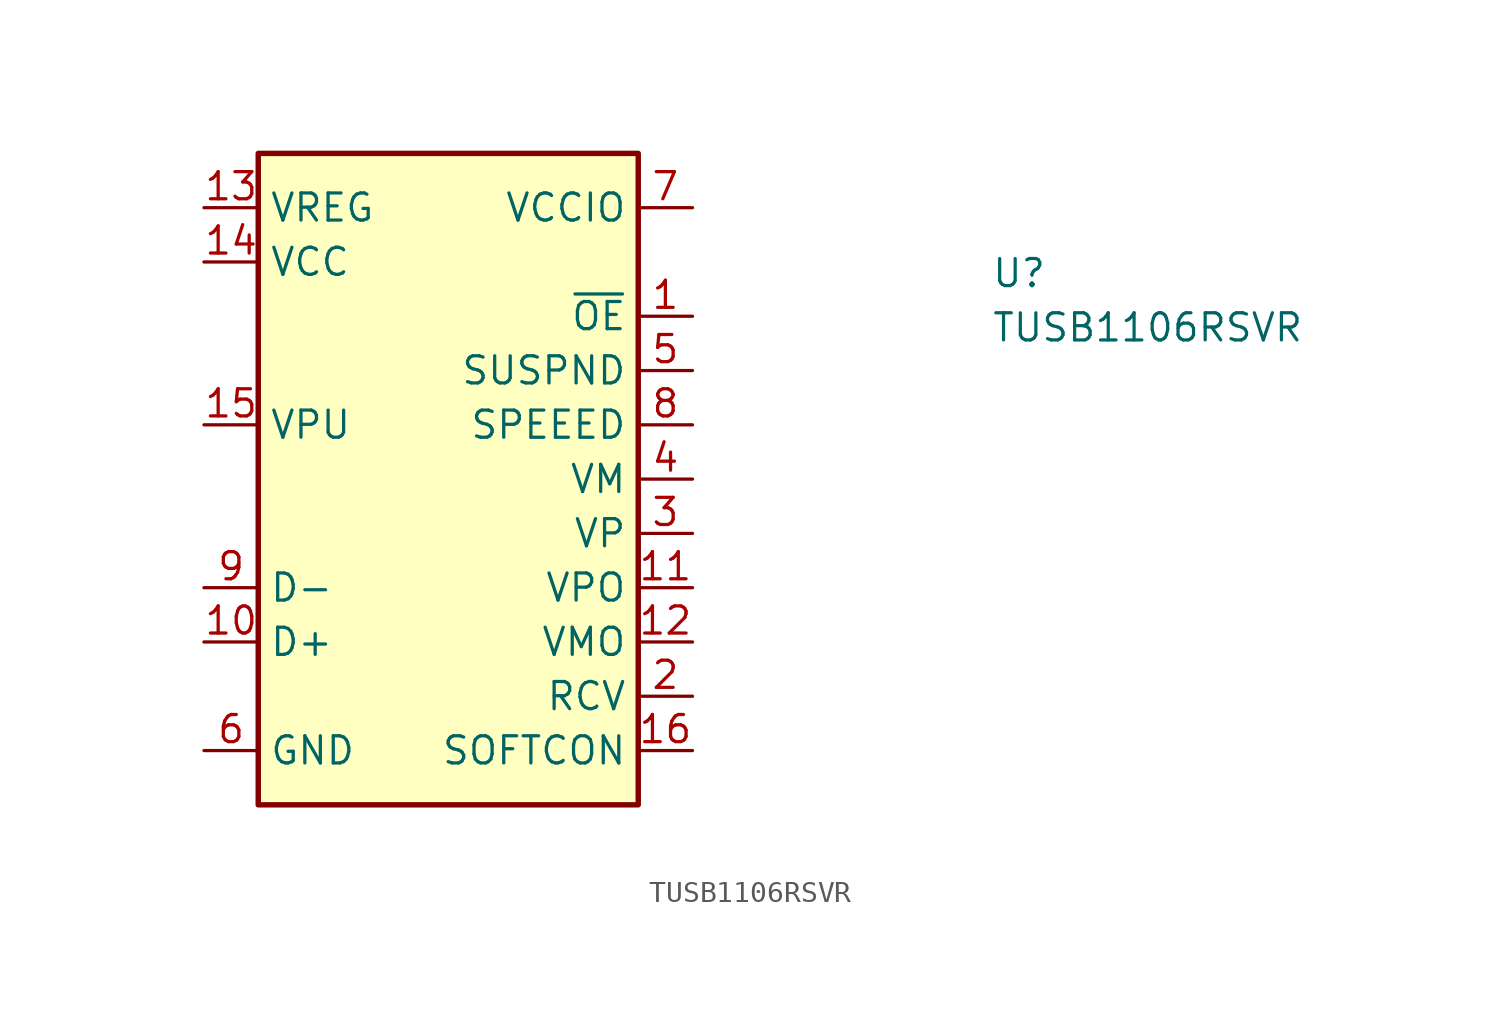
<source format=kicad_sym>
(kicad_symbol_lib
  (version 20211014)
  (generator kicad_symbol_editor)
  (symbol "TUSB1106RSVR"
    (property "Reference" "U"
      (at 36.83 -3.81 0)
      (effects (font (size 1.27 1.27) (thickness 0.15)) (justify left bottom)))
    (property "Value" "TUSB1106RSVR"
      (at 36.83 -6.35 0)
      (effects (font (size 1.27 1.27) (thickness 0.15)) (justify left bottom)))
    (symbol "TUSB1106RSVR_1_1"
      (rectangle (start 2.54 2.54) (end 20.32 -27.94) (stroke (width 0.254) (type default) (color 0 0 0 0)) (fill (type background)))
      (pin input line (at 22.86 -5.08 180) (length 2.54) (name "~{OE}" (effects (font (size 1.27 1.27)))) (number "1" (effects (font (size 1.27 1.27)))))
      (pin bidirectional line (at 0 -20.32 0) (length 2.54) (name "D+" (effects (font (size 1.27 1.27)))) (number "10" (effects (font (size 1.27 1.27)))))
      (pin input line (at 22.86 -17.78 180) (length 2.54) (name "VPO" (effects (font (size 1.27 1.27)))) (number "11" (effects (font (size 1.27 1.27)))))
      (pin input line (at 22.86 -20.32 180) (length 2.54) (name "VMO" (effects (font (size 1.27 1.27)))) (number "12" (effects (font (size 1.27 1.27)))))
      (pin power_out line (at 0 0 0) (length 2.54) (name "VREG" (effects (font (size 1.27 1.27)))) (number "13" (effects (font (size 1.27 1.27)))))
      (pin power_in line (at 0 -2.54 0) (length 2.54) (name "VCC" (effects (font (size 1.27 1.27)))) (number "14" (effects (font (size 1.27 1.27)))))
      (pin input line (at 0 -10.16 0) (length 2.54) (name "VPU" (effects (font (size 1.27 1.27)))) (number "15" (effects (font (size 1.27 1.27)))))
      (pin input line (at 22.86 -25.4 180) (length 2.54) (name "SOFTCON" (effects (font (size 1.27 1.27)))) (number "16" (effects (font (size 1.27 1.27)))))
      (pin output line (at 22.86 -22.86 180) (length 2.54) (name "RCV" (effects (font (size 1.27 1.27)))) (number "2" (effects (font (size 1.27 1.27)))))
      (pin output line (at 22.86 -15.24 180) (length 2.54) (name "VP" (effects (font (size 1.27 1.27)))) (number "3" (effects (font (size 1.27 1.27)))))
      (pin output line (at 22.86 -12.7 180) (length 2.54) (name "VM" (effects (font (size 1.27 1.27)))) (number "4" (effects (font (size 1.27 1.27)))))
      (pin input line (at 22.86 -7.62 180) (length 2.54) (name "SUSPND" (effects (font (size 1.27 1.27)))) (number "5" (effects (font (size 1.27 1.27)))))
      (pin power_in line (at 0 -25.4 0) (length 2.54) (name "GND" (effects (font (size 1.27 1.27)))) (number "6" (effects (font (size 1.27 1.27)))))
      (pin power_in line (at 22.86 0 180) (length 2.54) (name "VCCIO" (effects (font (size 1.27 1.27)))) (number "7" (effects (font (size 1.27 1.27)))))
      (pin input line (at 22.86 -10.16 180) (length 2.54) (name "SPEEED" (effects (font (size 1.27 1.27)))) (number "8" (effects (font (size 1.27 1.27)))))
      (pin bidirectional line (at 0 -17.78 0) (length 2.54) (name "D-" (effects (font (size 1.27 1.27)))) (number "9" (effects (font (size 1.27 1.27))))))))
</source>
